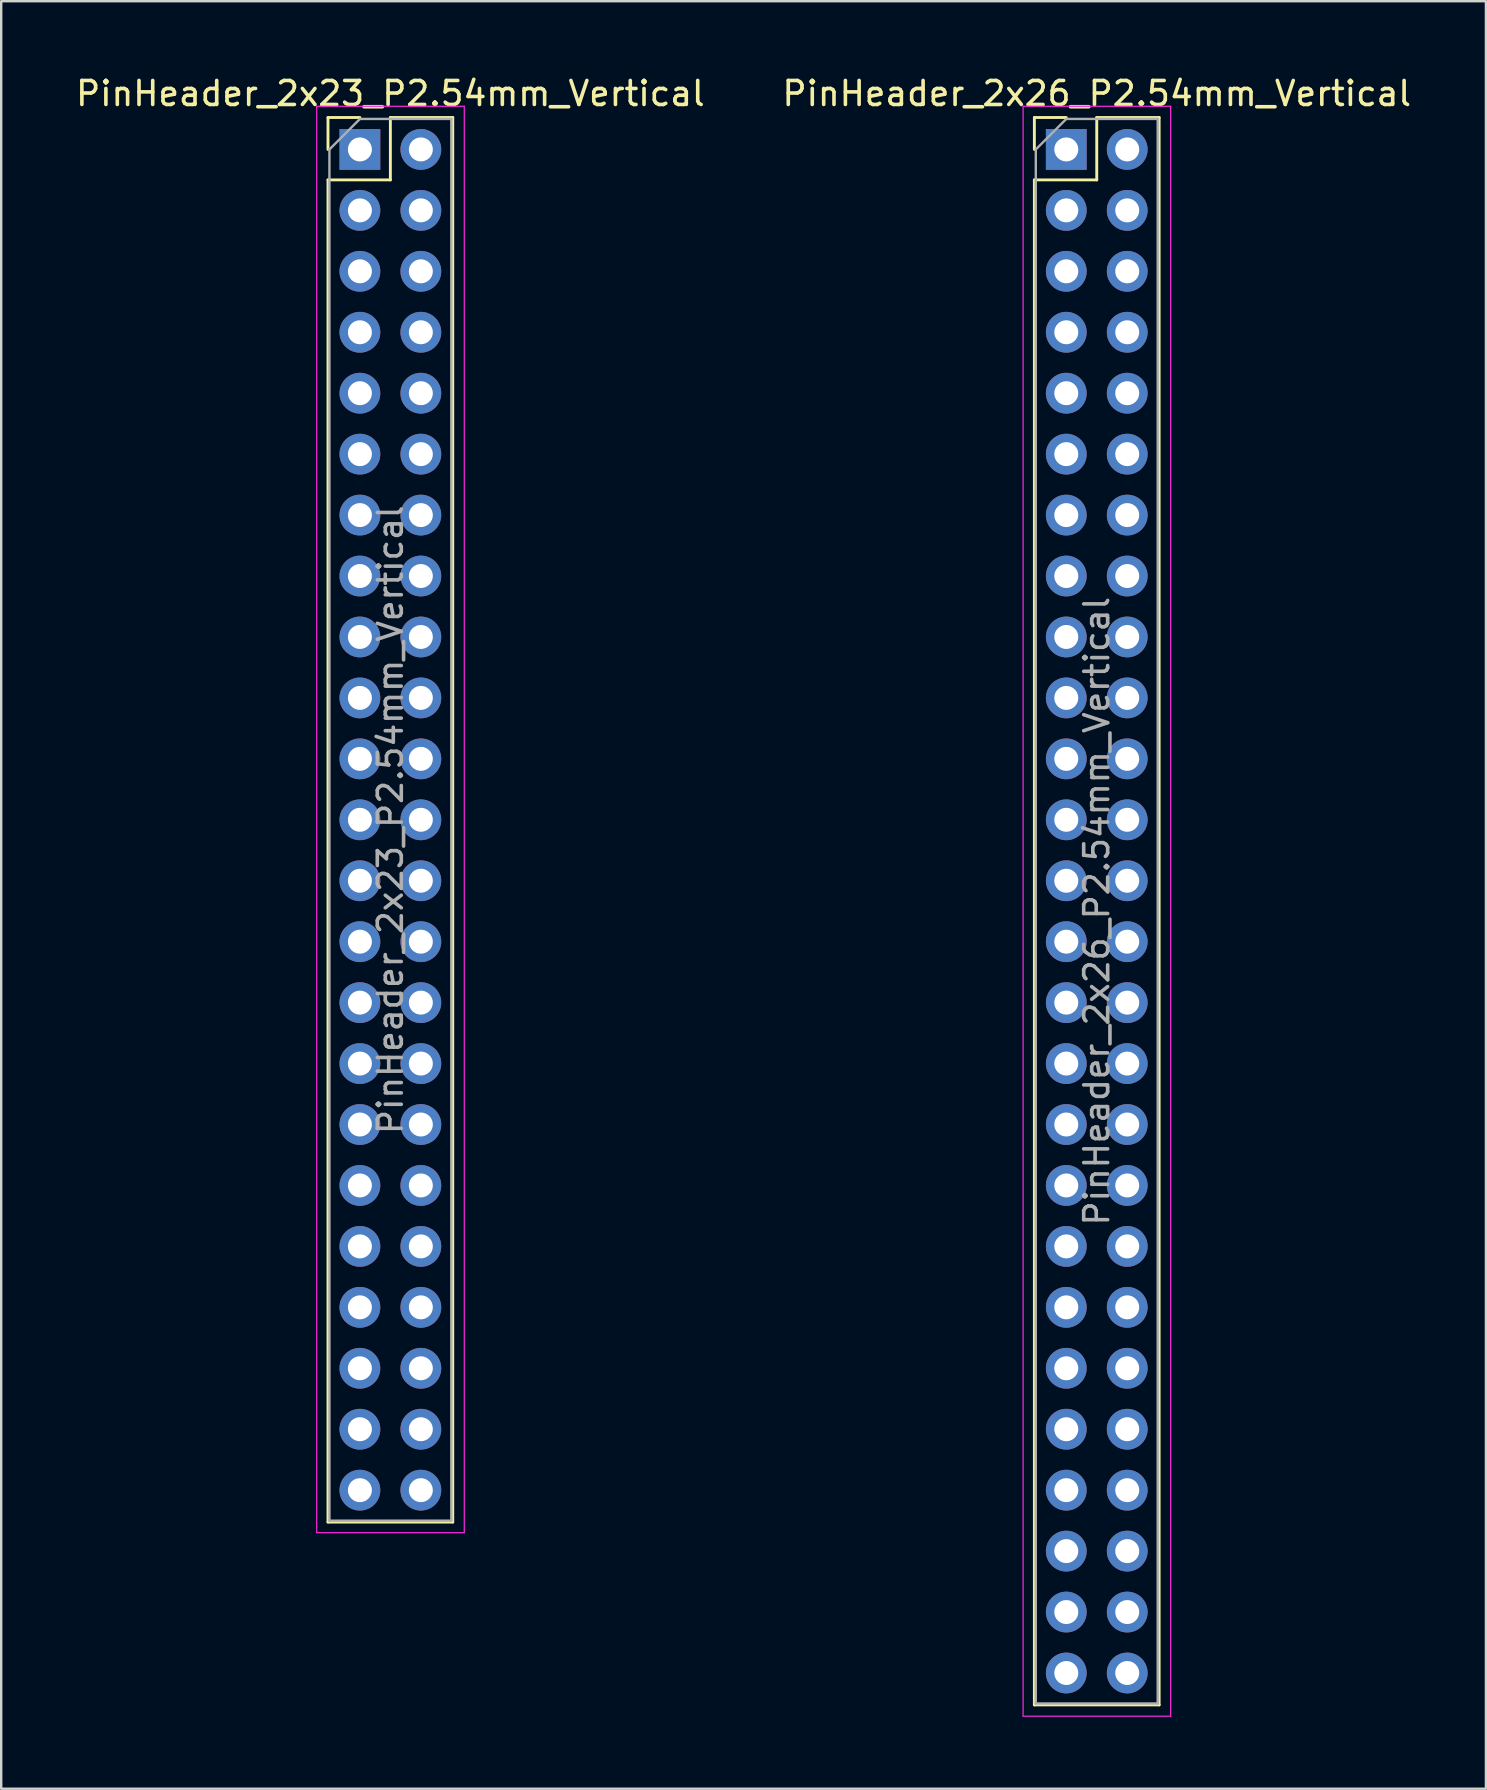
<source format=kicad_pcb>
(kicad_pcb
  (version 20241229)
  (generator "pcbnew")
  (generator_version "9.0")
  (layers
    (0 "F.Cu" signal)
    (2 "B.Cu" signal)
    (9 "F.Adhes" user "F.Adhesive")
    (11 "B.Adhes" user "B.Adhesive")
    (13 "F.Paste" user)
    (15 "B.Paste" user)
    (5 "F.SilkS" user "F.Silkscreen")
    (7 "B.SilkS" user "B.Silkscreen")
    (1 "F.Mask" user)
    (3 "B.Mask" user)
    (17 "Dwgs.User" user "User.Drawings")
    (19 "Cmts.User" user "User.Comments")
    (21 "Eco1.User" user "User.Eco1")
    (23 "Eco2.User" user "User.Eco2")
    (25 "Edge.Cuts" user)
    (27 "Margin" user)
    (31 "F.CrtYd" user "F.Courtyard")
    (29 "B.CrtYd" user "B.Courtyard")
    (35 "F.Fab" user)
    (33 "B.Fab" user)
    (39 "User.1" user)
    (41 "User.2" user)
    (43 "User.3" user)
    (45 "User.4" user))
  (footprint "PinHeader_2x26_P2.54mm_Vertical"
    (layer "F.Cu")
    (at 41.391 3.178)
    (property "Reference" "PinHeader_2x26_P2.54mm_Vertical" (at 1.27 -2.33 0) (layer "F.SilkS") (effects (font (size 1 1) (thickness 0.15))))
    (attr through_hole)
    (fp_line (start -1.33 -1.33) (end 0 -1.33) (stroke (width 0.12) (type solid)) (layer "F.SilkS"))
    (fp_line (start -1.33 0) (end -1.33 -1.33) (stroke (width 0.12) (type solid)) (layer "F.SilkS"))
    (fp_line (start -1.33 1.27) (end -1.33 64.83) (stroke (width 0.12) (type solid)) (layer "F.SilkS"))
    (fp_line (start -1.33 1.27) (end 1.27 1.27) (stroke (width 0.12) (type solid)) (layer "F.SilkS"))
    (fp_line (start -1.33 64.83) (end 3.87 64.83) (stroke (width 0.12) (type solid)) (layer "F.SilkS"))
    (fp_line (start 1.27 -1.33) (end 3.87 -1.33) (stroke (width 0.12) (type solid)) (layer "F.SilkS"))
    (fp_line (start 1.27 1.27) (end 1.27 -1.33) (stroke (width 0.12) (type solid)) (layer "F.SilkS"))
    (fp_line (start 3.87 -1.33) (end 3.87 64.83) (stroke (width 0.12) (type solid)) (layer "F.SilkS"))
    (fp_line (start -1.8 -1.8) (end -1.8 65.3) (stroke (width 0.05) (type solid)) (layer "F.CrtYd"))
    (fp_line (start -1.8 65.3) (end 4.35 65.3) (stroke (width 0.05) (type solid)) (layer "F.CrtYd"))
    (fp_line (start 4.35 -1.8) (end -1.8 -1.8) (stroke (width 0.05) (type solid)) (layer "F.CrtYd"))
    (fp_line (start 4.35 65.3) (end 4.35 -1.8) (stroke (width 0.05) (type solid)) (layer "F.CrtYd"))
    (fp_line (start -1.27 0) (end 0 -1.27) (stroke (width 0.1) (type solid)) (layer "F.Fab"))
    (fp_line (start -1.27 64.77) (end -1.27 0) (stroke (width 0.1) (type solid)) (layer "F.Fab"))
    (fp_line (start 0 -1.27) (end 3.81 -1.27) (stroke (width 0.1) (type solid)) (layer "F.Fab"))
    (fp_line (start 3.81 -1.27) (end 3.81 64.77) (stroke (width 0.1) (type solid)) (layer "F.Fab"))
    (fp_line (start 3.81 64.77) (end -1.27 64.77) (stroke (width 0.1) (type solid)) (layer "F.Fab"))
    (fp_text user "${REFERENCE}" (at 1.27 31.75 90) (layer "F.Fab") (effects (font (size 1 1) (thickness 0.15))))
    (pad "1" thru_hole rect (at 0 0) (size 1.7 1.7) (drill 1) (layers "*.Cu" "*.Mask"))
    (pad "2" thru_hole oval (at 2.54 0) (size 1.7 1.7) (drill 1) (layers "*.Cu" "*.Mask"))
    (pad "3" thru_hole oval (at 0 2.54) (size 1.7 1.7) (drill 1) (layers "*.Cu" "*.Mask"))
    (pad "4" thru_hole oval (at 2.54 2.54) (size 1.7 1.7) (drill 1) (layers "*.Cu" "*.Mask"))
    (pad "5" thru_hole oval (at 0 5.08) (size 1.7 1.7) (drill 1) (layers "*.Cu" "*.Mask"))
    (pad "6" thru_hole oval (at 2.54 5.08) (size 1.7 1.7) (drill 1) (layers "*.Cu" "*.Mask"))
    (pad "7" thru_hole oval (at 0 7.62) (size 1.7 1.7) (drill 1) (layers "*.Cu" "*.Mask"))
    (pad "8" thru_hole oval (at 2.54 7.62) (size 1.7 1.7) (drill 1) (layers "*.Cu" "*.Mask"))
    (pad "9" thru_hole oval (at 0 10.16) (size 1.7 1.7) (drill 1) (layers "*.Cu" "*.Mask"))
    (pad "10" thru_hole oval (at 2.54 10.16) (size 1.7 1.7) (drill 1) (layers "*.Cu" "*.Mask"))
    (pad "11" thru_hole oval (at 0 12.7) (size 1.7 1.7) (drill 1) (layers "*.Cu" "*.Mask"))
    (pad "12" thru_hole oval (at 2.54 12.7) (size 1.7 1.7) (drill 1) (layers "*.Cu" "*.Mask"))
    (pad "13" thru_hole oval (at 0 15.24) (size 1.7 1.7) (drill 1) (layers "*.Cu" "*.Mask"))
    (pad "14" thru_hole oval (at 2.54 15.24) (size 1.7 1.7) (drill 1) (layers "*.Cu" "*.Mask"))
    (pad "15" thru_hole oval (at 0 17.78) (size 1.7 1.7) (drill 1) (layers "*.Cu" "*.Mask"))
    (pad "16" thru_hole oval (at 2.54 17.78) (size 1.7 1.7) (drill 1) (layers "*.Cu" "*.Mask"))
    (pad "17" thru_hole oval (at 0 20.32) (size 1.7 1.7) (drill 1) (layers "*.Cu" "*.Mask"))
    (pad "18" thru_hole oval (at 2.54 20.32) (size 1.7 1.7) (drill 1) (layers "*.Cu" "*.Mask"))
    (pad "19" thru_hole oval (at 0 22.86) (size 1.7 1.7) (drill 1) (layers "*.Cu" "*.Mask"))
    (pad "20" thru_hole oval (at 2.54 22.86) (size 1.7 1.7) (drill 1) (layers "*.Cu" "*.Mask"))
    (pad "21" thru_hole oval (at 0 25.4) (size 1.7 1.7) (drill 1) (layers "*.Cu" "*.Mask"))
    (pad "22" thru_hole oval (at 2.54 25.4) (size 1.7 1.7) (drill 1) (layers "*.Cu" "*.Mask"))
    (pad "23" thru_hole oval (at 0 27.94) (size 1.7 1.7) (drill 1) (layers "*.Cu" "*.Mask"))
    (pad "24" thru_hole oval (at 2.54 27.94) (size 1.7 1.7) (drill 1) (layers "*.Cu" "*.Mask"))
    (pad "25" thru_hole oval (at 0 30.48) (size 1.7 1.7) (drill 1) (layers "*.Cu" "*.Mask"))
    (pad "26" thru_hole oval (at 2.54 30.48) (size 1.7 1.7) (drill 1) (layers "*.Cu" "*.Mask"))
    (pad "27" thru_hole oval (at 0 33.02) (size 1.7 1.7) (drill 1) (layers "*.Cu" "*.Mask"))
    (pad "28" thru_hole oval (at 2.54 33.02) (size 1.7 1.7) (drill 1) (layers "*.Cu" "*.Mask"))
    (pad "29" thru_hole oval (at 0 35.56) (size 1.7 1.7) (drill 1) (layers "*.Cu" "*.Mask"))
    (pad "30" thru_hole oval (at 2.54 35.56) (size 1.7 1.7) (drill 1) (layers "*.Cu" "*.Mask"))
    (pad "31" thru_hole oval (at 0 38.1) (size 1.7 1.7) (drill 1) (layers "*.Cu" "*.Mask"))
    (pad "32" thru_hole oval (at 2.54 38.1) (size 1.7 1.7) (drill 1) (layers "*.Cu" "*.Mask"))
    (pad "33" thru_hole oval (at 0 40.64) (size 1.7 1.7) (drill 1) (layers "*.Cu" "*.Mask"))
    (pad "34" thru_hole oval (at 2.54 40.64) (size 1.7 1.7) (drill 1) (layers "*.Cu" "*.Mask"))
    (pad "35" thru_hole oval (at 0 43.18) (size 1.7 1.7) (drill 1) (layers "*.Cu" "*.Mask"))
    (pad "36" thru_hole oval (at 2.54 43.18) (size 1.7 1.7) (drill 1) (layers "*.Cu" "*.Mask"))
    (pad "37" thru_hole oval (at 0 45.72) (size 1.7 1.7) (drill 1) (layers "*.Cu" "*.Mask"))
    (pad "38" thru_hole oval (at 2.54 45.72) (size 1.7 1.7) (drill 1) (layers "*.Cu" "*.Mask"))
    (pad "39" thru_hole oval (at 0 48.26) (size 1.7 1.7) (drill 1) (layers "*.Cu" "*.Mask"))
    (pad "40" thru_hole oval (at 2.54 48.26) (size 1.7 1.7) (drill 1) (layers "*.Cu" "*.Mask"))
    (pad "41" thru_hole oval (at 0 50.8) (size 1.7 1.7) (drill 1) (layers "*.Cu" "*.Mask"))
    (pad "42" thru_hole oval (at 2.54 50.8) (size 1.7 1.7) (drill 1) (layers "*.Cu" "*.Mask"))
    (pad "43" thru_hole oval (at 0 53.34) (size 1.7 1.7) (drill 1) (layers "*.Cu" "*.Mask"))
    (pad "44" thru_hole oval (at 2.54 53.34) (size 1.7 1.7) (drill 1) (layers "*.Cu" "*.Mask"))
    (pad "45" thru_hole oval (at 0 55.88) (size 1.7 1.7) (drill 1) (layers "*.Cu" "*.Mask"))
    (pad "46" thru_hole oval (at 2.54 55.88) (size 1.7 1.7) (drill 1) (layers "*.Cu" "*.Mask"))
    (pad "47" thru_hole oval (at 0 58.42) (size 1.7 1.7) (drill 1) (layers "*.Cu" "*.Mask"))
    (pad "48" thru_hole oval (at 2.54 58.42) (size 1.7 1.7) (drill 1) (layers "*.Cu" "*.Mask"))
    (pad "49" thru_hole oval (at 0 60.96) (size 1.7 1.7) (drill 1) (layers "*.Cu" "*.Mask"))
    (pad "50" thru_hole oval (at 2.54 60.96) (size 1.7 1.7) (drill 1) (layers "*.Cu" "*.Mask"))
    (pad "51" thru_hole oval (at 0 63.5) (size 1.7 1.7) (drill 1) (layers "*.Cu" "*.Mask"))
    (pad "52" thru_hole oval (at 2.54 63.5) (size 1.7 1.7) (drill 1) (layers "*.Cu" "*.Mask")))
  (footprint "PinHeader_2x23_P2.54mm_Vertical"
    (layer "F.Cu")
    (at 11.95 3.178)
    (property "Reference" "PinHeader_2x23_P2.54mm_Vertical" (at 1.27 -2.33 0) (layer "F.SilkS") (effects (font (size 1 1) (thickness 0.15))))
    (attr through_hole)
    (fp_line (start -1.33 -1.33) (end 0 -1.33) (stroke (width 0.12) (type solid)) (layer "F.SilkS"))
    (fp_line (start -1.33 0) (end -1.33 -1.33) (stroke (width 0.12) (type solid)) (layer "F.SilkS"))
    (fp_line (start -1.33 1.27) (end -1.33 57.21) (stroke (width 0.12) (type solid)) (layer "F.SilkS"))
    (fp_line (start -1.33 1.27) (end 1.27 1.27) (stroke (width 0.12) (type solid)) (layer "F.SilkS"))
    (fp_line (start -1.33 57.21) (end 3.87 57.21) (stroke (width 0.12) (type solid)) (layer "F.SilkS"))
    (fp_line (start 1.27 -1.33) (end 3.87 -1.33) (stroke (width 0.12) (type solid)) (layer "F.SilkS"))
    (fp_line (start 1.27 1.27) (end 1.27 -1.33) (stroke (width 0.12) (type solid)) (layer "F.SilkS"))
    (fp_line (start 3.87 -1.33) (end 3.87 57.21) (stroke (width 0.12) (type solid)) (layer "F.SilkS"))
    (fp_line (start -1.8 -1.8) (end -1.8 57.65) (stroke (width 0.05) (type solid)) (layer "F.CrtYd"))
    (fp_line (start -1.8 57.65) (end 4.35 57.65) (stroke (width 0.05) (type solid)) (layer "F.CrtYd"))
    (fp_line (start 4.35 -1.8) (end -1.8 -1.8) (stroke (width 0.05) (type solid)) (layer "F.CrtYd"))
    (fp_line (start 4.35 57.65) (end 4.35 -1.8) (stroke (width 0.05) (type solid)) (layer "F.CrtYd"))
    (fp_line (start -1.27 0) (end 0 -1.27) (stroke (width 0.1) (type solid)) (layer "F.Fab"))
    (fp_line (start -1.27 57.15) (end -1.27 0) (stroke (width 0.1) (type solid)) (layer "F.Fab"))
    (fp_line (start 0 -1.27) (end 3.81 -1.27) (stroke (width 0.1) (type solid)) (layer "F.Fab"))
    (fp_line (start 3.81 -1.27) (end 3.81 57.15) (stroke (width 0.1) (type solid)) (layer "F.Fab"))
    (fp_line (start 3.81 57.15) (end -1.27 57.15) (stroke (width 0.1) (type solid)) (layer "F.Fab"))
    (fp_text user "${REFERENCE}" (at 1.27 27.94 90) (layer "F.Fab") (effects (font (size 1 1) (thickness 0.15))))
    (pad "1" thru_hole rect (at 0 0) (size 1.7 1.7) (drill 1) (layers "*.Cu" "*.Mask"))
    (pad "2" thru_hole oval (at 2.54 0) (size 1.7 1.7) (drill 1) (layers "*.Cu" "*.Mask"))
    (pad "3" thru_hole oval (at 0 2.54) (size 1.7 1.7) (drill 1) (layers "*.Cu" "*.Mask"))
    (pad "4" thru_hole oval (at 2.54 2.54) (size 1.7 1.7) (drill 1) (layers "*.Cu" "*.Mask"))
    (pad "5" thru_hole oval (at 0 5.08) (size 1.7 1.7) (drill 1) (layers "*.Cu" "*.Mask"))
    (pad "6" thru_hole oval (at 2.54 5.08) (size 1.7 1.7) (drill 1) (layers "*.Cu" "*.Mask"))
    (pad "7" thru_hole oval (at 0 7.62) (size 1.7 1.7) (drill 1) (layers "*.Cu" "*.Mask"))
    (pad "8" thru_hole oval (at 2.54 7.62) (size 1.7 1.7) (drill 1) (layers "*.Cu" "*.Mask"))
    (pad "9" thru_hole oval (at 0 10.16) (size 1.7 1.7) (drill 1) (layers "*.Cu" "*.Mask"))
    (pad "10" thru_hole oval (at 2.54 10.16) (size 1.7 1.7) (drill 1) (layers "*.Cu" "*.Mask"))
    (pad "11" thru_hole oval (at 0 12.7) (size 1.7 1.7) (drill 1) (layers "*.Cu" "*.Mask"))
    (pad "12" thru_hole oval (at 2.54 12.7) (size 1.7 1.7) (drill 1) (layers "*.Cu" "*.Mask"))
    (pad "13" thru_hole oval (at 0 15.24) (size 1.7 1.7) (drill 1) (layers "*.Cu" "*.Mask"))
    (pad "14" thru_hole oval (at 2.54 15.24) (size 1.7 1.7) (drill 1) (layers "*.Cu" "*.Mask"))
    (pad "15" thru_hole oval (at 0 17.78) (size 1.7 1.7) (drill 1) (layers "*.Cu" "*.Mask"))
    (pad "16" thru_hole oval (at 2.54 17.78) (size 1.7 1.7) (drill 1) (layers "*.Cu" "*.Mask"))
    (pad "17" thru_hole oval (at 0 20.32) (size 1.7 1.7) (drill 1) (layers "*.Cu" "*.Mask"))
    (pad "18" thru_hole oval (at 2.54 20.32) (size 1.7 1.7) (drill 1) (layers "*.Cu" "*.Mask"))
    (pad "19" thru_hole oval (at 0 22.86) (size 1.7 1.7) (drill 1) (layers "*.Cu" "*.Mask"))
    (pad "20" thru_hole oval (at 2.54 22.86) (size 1.7 1.7) (drill 1) (layers "*.Cu" "*.Mask"))
    (pad "21" thru_hole oval (at 0 25.4) (size 1.7 1.7) (drill 1) (layers "*.Cu" "*.Mask"))
    (pad "22" thru_hole oval (at 2.54 25.4) (size 1.7 1.7) (drill 1) (layers "*.Cu" "*.Mask"))
    (pad "23" thru_hole oval (at 0 27.94) (size 1.7 1.7) (drill 1) (layers "*.Cu" "*.Mask"))
    (pad "24" thru_hole oval (at 2.54 27.94) (size 1.7 1.7) (drill 1) (layers "*.Cu" "*.Mask"))
    (pad "25" thru_hole oval (at 0 30.48) (size 1.7 1.7) (drill 1) (layers "*.Cu" "*.Mask"))
    (pad "26" thru_hole oval (at 2.54 30.48) (size 1.7 1.7) (drill 1) (layers "*.Cu" "*.Mask"))
    (pad "27" thru_hole oval (at 0 33.02) (size 1.7 1.7) (drill 1) (layers "*.Cu" "*.Mask"))
    (pad "28" thru_hole oval (at 2.54 33.02) (size 1.7 1.7) (drill 1) (layers "*.Cu" "*.Mask"))
    (pad "29" thru_hole oval (at 0 35.56) (size 1.7 1.7) (drill 1) (layers "*.Cu" "*.Mask"))
    (pad "30" thru_hole oval (at 2.54 35.56) (size 1.7 1.7) (drill 1) (layers "*.Cu" "*.Mask"))
    (pad "31" thru_hole oval (at 0 38.1) (size 1.7 1.7) (drill 1) (layers "*.Cu" "*.Mask"))
    (pad "32" thru_hole oval (at 2.54 38.1) (size 1.7 1.7) (drill 1) (layers "*.Cu" "*.Mask"))
    (pad "33" thru_hole oval (at 0 40.64) (size 1.7 1.7) (drill 1) (layers "*.Cu" "*.Mask"))
    (pad "34" thru_hole oval (at 2.54 40.64) (size 1.7 1.7) (drill 1) (layers "*.Cu" "*.Mask"))
    (pad "35" thru_hole oval (at 0 43.18) (size 1.7 1.7) (drill 1) (layers "*.Cu" "*.Mask"))
    (pad "36" thru_hole oval (at 2.54 43.18) (size 1.7 1.7) (drill 1) (layers "*.Cu" "*.Mask"))
    (pad "37" thru_hole oval (at 0 45.72) (size 1.7 1.7) (drill 1) (layers "*.Cu" "*.Mask"))
    (pad "38" thru_hole oval (at 2.54 45.72) (size 1.7 1.7) (drill 1) (layers "*.Cu" "*.Mask"))
    (pad "39" thru_hole oval (at 0 48.26) (size 1.7 1.7) (drill 1) (layers "*.Cu" "*.Mask"))
    (pad "40" thru_hole oval (at 2.54 48.26) (size 1.7 1.7) (drill 1) (layers "*.Cu" "*.Mask"))
    (pad "41" thru_hole oval (at 0 50.8) (size 1.7 1.7) (drill 1) (layers "*.Cu" "*.Mask"))
    (pad "42" thru_hole oval (at 2.54 50.8) (size 1.7 1.7) (drill 1) (layers "*.Cu" "*.Mask"))
    (pad "43" thru_hole oval (at 0 53.34) (size 1.7 1.7) (drill 1) (layers "*.Cu" "*.Mask"))
    (pad "44" thru_hole oval (at 2.54 53.34) (size 1.7 1.7) (drill 1) (layers "*.Cu" "*.Mask"))
    (pad "45" thru_hole oval (at 0 55.88) (size 1.7 1.7) (drill 1) (layers "*.Cu" "*.Mask"))
    (pad "46" thru_hole oval (at 2.54 55.88) (size 1.7 1.7) (drill 1) (layers "*.Cu" "*.Mask")))
  (gr_rect
    (start -3 -3)
    (end 58.881 71.503)
    (stroke (width 0.1) (type default))
    (fill no)
    (layer "Edge.Cuts")))
</source>
